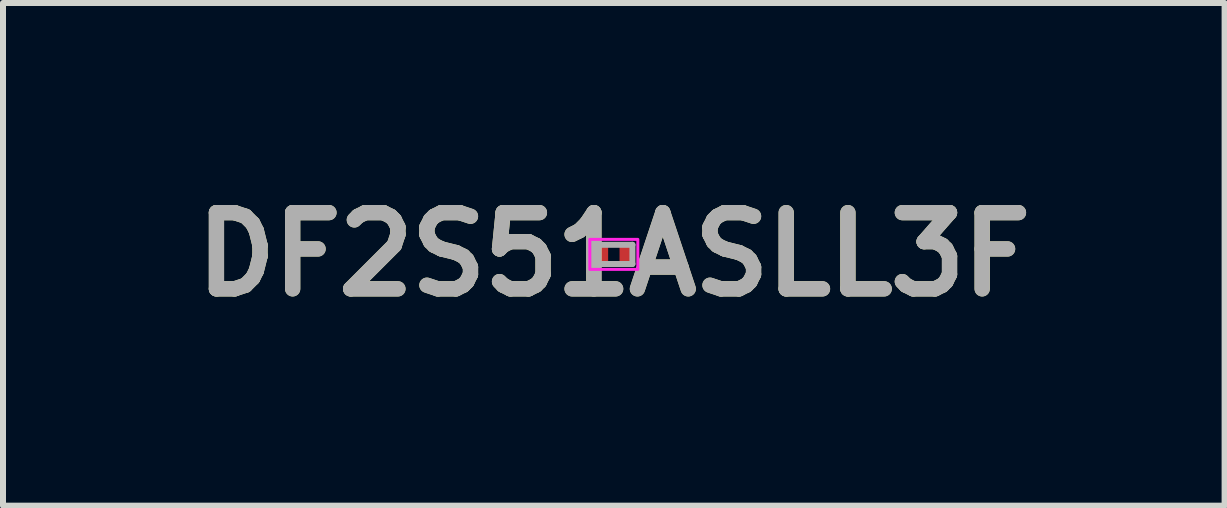
<source format=kicad_pcb>
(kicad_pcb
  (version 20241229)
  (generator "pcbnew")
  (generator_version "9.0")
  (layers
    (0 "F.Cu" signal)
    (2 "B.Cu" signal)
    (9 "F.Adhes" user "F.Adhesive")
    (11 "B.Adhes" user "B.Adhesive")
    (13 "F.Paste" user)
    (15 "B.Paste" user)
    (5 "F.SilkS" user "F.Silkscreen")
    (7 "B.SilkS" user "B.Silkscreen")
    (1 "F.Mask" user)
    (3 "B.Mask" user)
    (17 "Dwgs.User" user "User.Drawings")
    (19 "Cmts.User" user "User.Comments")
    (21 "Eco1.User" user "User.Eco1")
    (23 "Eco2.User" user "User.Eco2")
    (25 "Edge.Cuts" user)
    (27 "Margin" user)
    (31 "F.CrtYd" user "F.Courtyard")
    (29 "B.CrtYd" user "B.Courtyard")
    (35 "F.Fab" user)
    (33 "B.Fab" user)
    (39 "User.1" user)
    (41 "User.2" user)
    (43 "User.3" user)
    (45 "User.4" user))
  (footprint "DF2S51ASLL3F"
    (layer "F.Cu")
    (at 7.179 1.189)
    (property "Reference" "DF2S51ASLL3F" (at 0 0 0) (layer "F.SilkS") (effects (font (size 1.27 1.27) (thickness 0.254))))
    (attr smd)
    (fp_rect (start -0.4 -0.25) (end 0.4 0.25) (stroke (width 0.05) (type default)) (fill no) (layer "F.CrtYd"))
    (fp_line (start -0.31 -0.16) (end -0.31 0.16) (stroke (width 0.1) (type solid)) (layer "F.Fab"))
    (fp_line (start -0.31 0.16) (end 0.31 0.16) (stroke (width 0.1) (type solid)) (layer "F.Fab"))
    (fp_line (start 0.31 -0.16) (end -0.31 -0.16) (stroke (width 0.1) (type solid)) (layer "F.Fab"))
    (fp_line (start 0.31 0.16) (end 0.31 -0.16) (stroke (width 0.1) (type solid)) (layer "F.Fab"))
    (fp_text user "${REFERENCE}" (at 0 0 0) (layer "F.Fab") (effects (font (size 1.27 1.27) (thickness 0.254))))
    (pad "1" smd rect (at -0.2 0) (size 0.21 0.32) (layers "F.Cu" "F.Mask" "F.Paste"))
    (pad "2" smd rect (at 0.2 0) (size 0.21 0.32) (layers "F.Cu" "F.Mask" "F.Paste")))
  (gr_rect
    (start -3 -3)
    (end 17.357 5.377)
    (stroke (width 0.1) (type default))
    (fill no)
    (layer "Edge.Cuts")))
</source>
